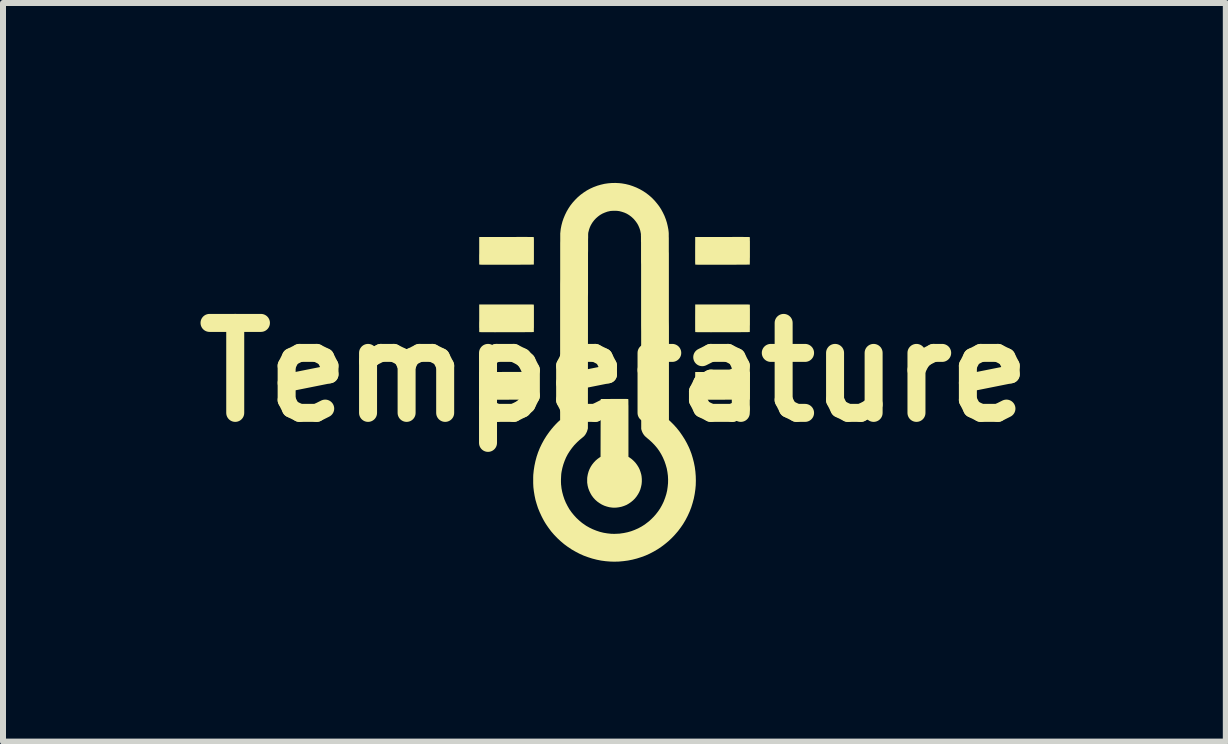
<source format=kicad_pcb>
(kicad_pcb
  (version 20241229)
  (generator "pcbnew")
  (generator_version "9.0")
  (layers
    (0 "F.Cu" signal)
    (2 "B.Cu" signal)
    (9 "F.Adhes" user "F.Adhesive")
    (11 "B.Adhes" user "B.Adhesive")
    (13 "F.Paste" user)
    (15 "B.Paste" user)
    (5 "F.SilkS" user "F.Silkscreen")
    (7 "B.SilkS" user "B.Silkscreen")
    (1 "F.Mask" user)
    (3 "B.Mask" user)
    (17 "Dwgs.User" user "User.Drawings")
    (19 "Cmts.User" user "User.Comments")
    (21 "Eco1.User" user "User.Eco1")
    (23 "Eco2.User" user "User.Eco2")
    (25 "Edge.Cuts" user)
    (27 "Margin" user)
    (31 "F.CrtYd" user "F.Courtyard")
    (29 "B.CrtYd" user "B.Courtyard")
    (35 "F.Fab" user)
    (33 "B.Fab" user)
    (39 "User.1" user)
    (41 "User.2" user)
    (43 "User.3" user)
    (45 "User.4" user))
  (footprint "Temperature"
    (layer "F.Cu")
    (at 7.193 3.155)
    (property "Reference" "Temperature" (at 0 0 0) (layer "F.SilkS") (effects (font (size 1.5 1.5) (thickness 0.3))))
    (attr board_only exclude_from_pos_files exclude_from_bom)
    (fp_poly (pts (xy 0.146 0.446) (xy 0.165 0.446) (xy 0.18 0.446) (xy 0.193 0.446) (xy 0.204 0.446) (xy 0.212 0.447) (xy 0.219 0.447) (xy 0.223 0.447) (xy 0.227 0.448) (xy 0.229 0.448) (xy 0.23 0.449) (xy 0.231 0.449) (xy 0.231 0.449) (xy 0.232 0.451) (xy 0.232 0.454) (xy 0.232 0.458) (xy 0.232 0.465) (xy 0.233 0.474) (xy 0.233 0.486) (xy 0.233 0.5) (xy 0.233 0.516) (xy 0.233 0.535) (xy 0.234 0.558) (xy 0.234 0.583) (xy 0.234 0.611) (xy 0.234 0.643) (xy 0.234 0.679) (xy 0.234 0.718) (xy 0.234 0.761) (xy 0.234 0.808) (xy 0.234 0.859) (xy 0.234 0.915) (xy 0.234 0.932) (xy 0.234 1.411) (xy 0.253 1.423) (xy 0.289 1.449) (xy 0.322 1.479) (xy 0.352 1.511) (xy 0.378 1.546) (xy 0.402 1.584) (xy 0.421 1.623) (xy 0.436 1.665) (xy 0.448 1.708) (xy 0.453 1.736) (xy 0.457 1.78) (xy 0.457 1.825) (xy 0.453 1.869) (xy 0.444 1.912) (xy 0.432 1.955) (xy 0.415 1.996) (xy 0.395 2.033) (xy 0.37 2.071) (xy 0.342 2.106) (xy 0.311 2.137) (xy 0.277 2.165) (xy 0.241 2.19) (xy 0.203 2.212) (xy 0.162 2.229) (xy 0.119 2.243) (xy 0.075 2.252) (xy 0.037 2.257) (xy 0.02 2.258) (xy 0.005 2.259) (xy -0.01 2.259) (xy -0.025 2.258) (xy -0.038 2.257) (xy -0.083 2.251) (xy -0.126 2.24) (xy -0.168 2.226) (xy -0.209 2.207) (xy -0.247 2.184) (xy -0.284 2.158) (xy -0.317 2.129) (xy -0.322 2.124) (xy -0.352 2.091) (xy -0.378 2.056) (xy -0.4 2.018) (xy -0.419 1.978) (xy -0.435 1.936) (xy -0.446 1.893) (xy -0.452 1.854) (xy -0.454 1.839) (xy -0.454 1.82) (xy -0.454 1.799) (xy -0.454 1.779) (xy -0.453 1.759) (xy -0.451 1.743) (xy -0.443 1.7) (xy -0.431 1.657) (xy -0.415 1.616) (xy -0.395 1.577) (xy -0.371 1.54) (xy -0.344 1.506) (xy -0.314 1.474) (xy -0.28 1.445) (xy -0.251 1.424) (xy -0.231 1.411) (xy -0.23 0.929) (xy -0.228 0.447) (xy 0 0.446) (xy 0.037 0.446) (xy 0.07 0.446) (xy 0.099 0.446) (xy 0.124 0.446)) (stroke (width 0) (type solid)) (fill yes) (layer "F.SilkS"))
    (fp_poly (pts (xy -1.512 -2.255) (xy -1.485 -2.255) (xy -1.461 -2.255) (xy -1.441 -2.254) (xy -1.422 -2.254) (xy -1.407 -2.254) (xy -1.393 -2.254) (xy -1.382 -2.254) (xy -1.372 -2.254) (xy -1.365 -2.254) (xy -1.358 -2.253) (xy -1.354 -2.253) (xy -1.35 -2.253) (xy -1.348 -2.252) (xy -1.346 -2.252) (xy -1.345 -2.252) (xy -1.344 -2.251) (xy -1.344 -2.251) (xy -1.344 -2.25) (xy -1.343 -2.248) (xy -1.343 -2.241) (xy -1.343 -2.23) (xy -1.342 -2.216) (xy -1.342 -2.199) (xy -1.342 -2.179) (xy -1.342 -2.157) (xy -1.342 -2.133) (xy -1.342 -2.108) (xy -1.342 -2.081) (xy -1.342 -2.054) (xy -1.342 -2.026) (xy -1.342 -1.999) (xy -1.342 -1.971) (xy -1.342 -1.944) (xy -1.342 -1.919) (xy -1.342 -1.894) (xy -1.342 -1.872) (xy -1.343 -1.851) (xy -1.343 -1.833) (xy -1.343 -1.819) (xy -1.343 -1.807) (xy -1.344 -1.799) (xy -1.344 -1.795) (xy -1.344 -1.794) (xy -1.347 -1.794) (xy -1.353 -1.794) (xy -1.364 -1.794) (xy -1.379 -1.794) (xy -1.397 -1.793) (xy -1.419 -1.793) (xy -1.444 -1.793) (xy -1.471 -1.793) (xy -1.502 -1.793) (xy -1.535 -1.793) (xy -1.571 -1.792) (xy -1.609 -1.792) (xy -1.649 -1.792) (xy -1.69 -1.792) (xy -1.733 -1.792) (xy -1.777 -1.792) (xy -1.797 -1.792) (xy -1.852 -1.792) (xy -1.902 -1.792) (xy -1.948 -1.792) (xy -1.991 -1.792) (xy -2.029 -1.792) (xy -2.064 -1.792) (xy -2.095 -1.792) (xy -2.123 -1.792) (xy -2.148 -1.792) (xy -2.169 -1.792) (xy -2.188 -1.792) (xy -2.204 -1.792) (xy -2.217 -1.792) (xy -2.228 -1.793) (xy -2.236 -1.793) (xy -2.243 -1.793) (xy -2.247 -1.793) (xy -2.25 -1.794) (xy -2.251 -1.794) (xy -2.252 -1.795) (xy -2.252 -1.796) (xy -2.253 -1.798) (xy -2.253 -1.801) (xy -2.254 -1.806) (xy -2.254 -1.812) (xy -2.254 -1.819) (xy -2.254 -1.829) (xy -2.254 -1.842) (xy -2.254 -1.857) (xy -2.255 -1.874) (xy -2.255 -1.895) (xy -2.255 -1.92) (xy -2.255 -1.948) (xy -2.254 -1.98) (xy -2.254 -2.016) (xy -2.254 -2.025) (xy -2.254 -2.254) (xy -1.8 -2.254) (xy -1.747 -2.254) (xy -1.698 -2.254) (xy -1.653 -2.254) (xy -1.612 -2.255) (xy -1.575 -2.255) (xy -1.542 -2.255)) (stroke (width 0) (type solid)) (fill yes) (layer "F.SilkS"))
    (fp_poly (pts (xy -1.512 -1.129) (xy -1.485 -1.129) (xy -1.461 -1.129) (xy -1.441 -1.129) (xy -1.422 -1.129) (xy -1.407 -1.129) (xy -1.393 -1.129) (xy -1.382 -1.129) (xy -1.372 -1.129) (xy -1.365 -1.128) (xy -1.358 -1.128) (xy -1.354 -1.128) (xy -1.35 -1.128) (xy -1.348 -1.127) (xy -1.346 -1.127) (xy -1.345 -1.126) (xy -1.344 -1.126) (xy -1.344 -1.125) (xy -1.344 -1.125) (xy -1.343 -1.122) (xy -1.343 -1.115) (xy -1.343 -1.105) (xy -1.342 -1.091) (xy -1.342 -1.074) (xy -1.342 -1.054) (xy -1.342 -1.032) (xy -1.342 -1.008) (xy -1.342 -0.983) (xy -1.342 -0.956) (xy -1.342 -0.929) (xy -1.342 -0.901) (xy -1.342 -0.873) (xy -1.342 -0.846) (xy -1.342 -0.819) (xy -1.342 -0.793) (xy -1.342 -0.769) (xy -1.342 -0.747) (xy -1.343 -0.726) (xy -1.343 -0.708) (xy -1.343 -0.693) (xy -1.343 -0.682) (xy -1.344 -0.674) (xy -1.344 -0.67) (xy -1.344 -0.669) (xy -1.347 -0.669) (xy -1.353 -0.669) (xy -1.364 -0.669) (xy -1.379 -0.668) (xy -1.397 -0.668) (xy -1.419 -0.668) (xy -1.444 -0.668) (xy -1.471 -0.668) (xy -1.502 -0.667) (xy -1.535 -0.667) (xy -1.571 -0.667) (xy -1.609 -0.667) (xy -1.649 -0.667) (xy -1.69 -0.667) (xy -1.733 -0.667) (xy -1.777 -0.667) (xy -1.797 -0.667) (xy -1.852 -0.667) (xy -1.902 -0.667) (xy -1.948 -0.667) (xy -1.991 -0.666) (xy -2.029 -0.667) (xy -2.064 -0.667) (xy -2.095 -0.667) (xy -2.123 -0.667) (xy -2.148 -0.667) (xy -2.169 -0.667) (xy -2.188 -0.667) (xy -2.204 -0.667) (xy -2.217 -0.667) (xy -2.228 -0.668) (xy -2.236 -0.668) (xy -2.243 -0.668) (xy -2.247 -0.668) (xy -2.25 -0.669) (xy -2.251 -0.669) (xy -2.252 -0.67) (xy -2.252 -0.671) (xy -2.253 -0.673) (xy -2.253 -0.676) (xy -2.254 -0.68) (xy -2.254 -0.686) (xy -2.254 -0.694) (xy -2.254 -0.704) (xy -2.254 -0.716) (xy -2.254 -0.731) (xy -2.255 -0.749) (xy -2.255 -0.77) (xy -2.255 -0.795) (xy -2.255 -0.823) (xy -2.254 -0.855) (xy -2.254 -0.891) (xy -2.254 -0.9) (xy -2.254 -1.129) (xy -1.8 -1.129) (xy -1.747 -1.129) (xy -1.698 -1.129) (xy -1.653 -1.129) (xy -1.612 -1.129) (xy -1.575 -1.129) (xy -1.542 -1.129)) (stroke (width 0) (type solid)) (fill yes) (layer "F.SilkS"))
    (fp_poly (pts (xy -1.512 -0.004) (xy -1.485 -0.004) (xy -1.461 -0.004) (xy -1.441 -0.004) (xy -1.422 -0.004) (xy -1.407 -0.004) (xy -1.393 -0.004) (xy -1.382 -0.004) (xy -1.372 -0.003) (xy -1.365 -0.003) (xy -1.358 -0.003) (xy -1.354 -0.003) (xy -1.35 -0.002) (xy -1.348 -0.002) (xy -1.346 -0.002) (xy -1.345 -0.001) (xy -1.344 -0.001) (xy -1.344 -0.000272) (xy -1.344 -0.000094) (xy -1.343 0.003) (xy -1.343 0.01) (xy -1.343 0.02) (xy -1.342 0.034) (xy -1.342 0.051) (xy -1.342 0.071) (xy -1.342 0.093) (xy -1.342 0.117) (xy -1.342 0.142) (xy -1.342 0.169) (xy -1.342 0.196) (xy -1.342 0.224) (xy -1.342 0.252) (xy -1.342 0.279) (xy -1.342 0.306) (xy -1.342 0.332) (xy -1.342 0.356) (xy -1.342 0.379) (xy -1.343 0.399) (xy -1.343 0.417) (xy -1.343 0.432) (xy -1.343 0.444) (xy -1.344 0.452) (xy -1.344 0.456) (xy -1.344 0.456) (xy -1.347 0.456) (xy -1.353 0.456) (xy -1.364 0.457) (xy -1.379 0.457) (xy -1.397 0.457) (xy -1.419 0.457) (xy -1.444 0.457) (xy -1.471 0.458) (xy -1.502 0.458) (xy -1.535 0.458) (xy -1.571 0.458) (xy -1.609 0.458) (xy -1.649 0.458) (xy -1.69 0.458) (xy -1.733 0.458) (xy -1.777 0.459) (xy -1.797 0.459) (xy -1.852 0.459) (xy -1.902 0.459) (xy -1.948 0.459) (xy -1.991 0.459) (xy -2.029 0.459) (xy -2.064 0.459) (xy -2.095 0.459) (xy -2.123 0.459) (xy -2.148 0.458) (xy -2.169 0.458) (xy -2.188 0.458) (xy -2.204 0.458) (xy -2.217 0.458) (xy -2.228 0.458) (xy -2.236 0.457) (xy -2.243 0.457) (xy -2.247 0.457) (xy -2.25 0.457) (xy -2.251 0.456) (xy -2.252 0.456) (xy -2.252 0.454) (xy -2.253 0.452) (xy -2.253 0.449) (xy -2.254 0.445) (xy -2.254 0.439) (xy -2.254 0.431) (xy -2.254 0.421) (xy -2.254 0.409) (xy -2.254 0.394) (xy -2.255 0.376) (xy -2.255 0.355) (xy -2.255 0.331) (xy -2.255 0.303) (xy -2.254 0.271) (xy -2.254 0.234) (xy -2.254 0.225) (xy -2.254 -0.003) (xy -1.8 -0.004) (xy -1.747 -0.004) (xy -1.698 -0.004) (xy -1.653 -0.004) (xy -1.612 -0.004) (xy -1.575 -0.004) (xy -1.542 -0.004)) (stroke (width 0) (type solid)) (fill yes) (layer "F.SilkS"))
    (fp_poly (pts (xy 2.089 -2.255) (xy 2.115 -2.255) (xy 2.139 -2.255) (xy 2.16 -2.254) (xy 2.178 -2.254) (xy 2.194 -2.254) (xy 2.208 -2.254) (xy 2.219 -2.254) (xy 2.228 -2.254) (xy 2.236 -2.254) (xy 2.242 -2.253) (xy 2.247 -2.253) (xy 2.251 -2.253) (xy 2.253 -2.252) (xy 2.255 -2.252) (xy 2.256 -2.252) (xy 2.257 -2.251) (xy 2.257 -2.251) (xy 2.257 -2.25) (xy 2.257 -2.248) (xy 2.258 -2.241) (xy 2.258 -2.23) (xy 2.258 -2.216) (xy 2.258 -2.199) (xy 2.259 -2.179) (xy 2.259 -2.157) (xy 2.259 -2.133) (xy 2.259 -2.108) (xy 2.259 -2.081) (xy 2.259 -2.054) (xy 2.259 -2.026) (xy 2.259 -1.999) (xy 2.259 -1.971) (xy 2.259 -1.944) (xy 2.259 -1.919) (xy 2.258 -1.894) (xy 2.258 -1.872) (xy 2.258 -1.851) (xy 2.258 -1.833) (xy 2.257 -1.819) (xy 2.257 -1.807) (xy 2.257 -1.799) (xy 2.257 -1.795) (xy 2.256 -1.794) (xy 2.254 -1.794) (xy 2.247 -1.794) (xy 2.237 -1.794) (xy 2.222 -1.794) (xy 2.204 -1.793) (xy 2.182 -1.793) (xy 2.157 -1.793) (xy 2.129 -1.793) (xy 2.098 -1.793) (xy 2.065 -1.793) (xy 2.03 -1.792) (xy 1.992 -1.792) (xy 1.952 -1.792) (xy 1.911 -1.792) (xy 1.868 -1.792) (xy 1.823 -1.792) (xy 1.804 -1.792) (xy 1.749 -1.792) (xy 1.698 -1.792) (xy 1.652 -1.792) (xy 1.61 -1.792) (xy 1.571 -1.792) (xy 1.537 -1.792) (xy 1.505 -1.792) (xy 1.477 -1.792) (xy 1.453 -1.792) (xy 1.431 -1.792) (xy 1.413 -1.792) (xy 1.397 -1.792) (xy 1.384 -1.792) (xy 1.373 -1.793) (xy 1.364 -1.793) (xy 1.358 -1.793) (xy 1.353 -1.793) (xy 1.351 -1.794) (xy 1.35 -1.794) (xy 1.349 -1.795) (xy 1.348 -1.796) (xy 1.348 -1.798) (xy 1.347 -1.801) (xy 1.347 -1.806) (xy 1.347 -1.812) (xy 1.347 -1.819) (xy 1.346 -1.829) (xy 1.346 -1.842) (xy 1.346 -1.857) (xy 1.346 -1.874) (xy 1.346 -1.895) (xy 1.346 -1.92) (xy 1.346 -1.948) (xy 1.346 -1.98) (xy 1.346 -2.016) (xy 1.346 -2.025) (xy 1.347 -2.254) (xy 1.801 -2.254) (xy 1.854 -2.254) (xy 1.903 -2.254) (xy 1.947 -2.254) (xy 1.988 -2.255) (xy 2.025 -2.255) (xy 2.059 -2.255)) (stroke (width 0) (type solid)) (fill yes) (layer "F.SilkS"))
    (fp_poly (pts (xy 2.089 -1.129) (xy 2.115 -1.129) (xy 2.139 -1.129) (xy 2.16 -1.129) (xy 2.178 -1.129) (xy 2.194 -1.129) (xy 2.208 -1.129) (xy 2.219 -1.129) (xy 2.228 -1.129) (xy 2.236 -1.128) (xy 2.242 -1.128) (xy 2.247 -1.128) (xy 2.251 -1.128) (xy 2.253 -1.127) (xy 2.255 -1.127) (xy 2.256 -1.126) (xy 2.257 -1.126) (xy 2.257 -1.125) (xy 2.257 -1.125) (xy 2.257 -1.122) (xy 2.258 -1.115) (xy 2.258 -1.105) (xy 2.258 -1.091) (xy 2.258 -1.074) (xy 2.259 -1.054) (xy 2.259 -1.032) (xy 2.259 -1.008) (xy 2.259 -0.983) (xy 2.259 -0.956) (xy 2.259 -0.929) (xy 2.259 -0.901) (xy 2.259 -0.873) (xy 2.259 -0.846) (xy 2.259 -0.819) (xy 2.259 -0.793) (xy 2.258 -0.769) (xy 2.258 -0.747) (xy 2.258 -0.726) (xy 2.258 -0.708) (xy 2.257 -0.693) (xy 2.257 -0.682) (xy 2.257 -0.674) (xy 2.257 -0.67) (xy 2.256 -0.669) (xy 2.254 -0.669) (xy 2.247 -0.669) (xy 2.237 -0.669) (xy 2.222 -0.668) (xy 2.204 -0.668) (xy 2.182 -0.668) (xy 2.157 -0.668) (xy 2.129 -0.668) (xy 2.098 -0.667) (xy 2.065 -0.667) (xy 2.03 -0.667) (xy 1.992 -0.667) (xy 1.952 -0.667) (xy 1.911 -0.667) (xy 1.868 -0.667) (xy 1.823 -0.667) (xy 1.804 -0.667) (xy 1.749 -0.667) (xy 1.698 -0.667) (xy 1.652 -0.667) (xy 1.61 -0.666) (xy 1.571 -0.667) (xy 1.537 -0.667) (xy 1.505 -0.667) (xy 1.477 -0.667) (xy 1.453 -0.667) (xy 1.431 -0.667) (xy 1.413 -0.667) (xy 1.397 -0.667) (xy 1.384 -0.667) (xy 1.373 -0.668) (xy 1.364 -0.668) (xy 1.358 -0.668) (xy 1.353 -0.668) (xy 1.351 -0.669) (xy 1.35 -0.669) (xy 1.349 -0.67) (xy 1.348 -0.671) (xy 1.348 -0.673) (xy 1.347 -0.676) (xy 1.347 -0.68) (xy 1.347 -0.686) (xy 1.347 -0.694) (xy 1.346 -0.704) (xy 1.346 -0.716) (xy 1.346 -0.731) (xy 1.346 -0.749) (xy 1.346 -0.77) (xy 1.346 -0.795) (xy 1.346 -0.823) (xy 1.346 -0.855) (xy 1.346 -0.891) (xy 1.346 -0.9) (xy 1.347 -1.129) (xy 1.801 -1.129) (xy 1.854 -1.129) (xy 1.903 -1.129) (xy 1.947 -1.129) (xy 1.988 -1.129) (xy 2.025 -1.129) (xy 2.059 -1.129)) (stroke (width 0) (type solid)) (fill yes) (layer "F.SilkS"))
    (fp_poly (pts (xy 2.089 -0.004) (xy 2.115 -0.004) (xy 2.139 -0.004) (xy 2.16 -0.004) (xy 2.178 -0.004) (xy 2.194 -0.004) (xy 2.208 -0.004) (xy 2.219 -0.004) (xy 2.228 -0.003) (xy 2.236 -0.003) (xy 2.242 -0.003) (xy 2.247 -0.003) (xy 2.251 -0.002) (xy 2.253 -0.002) (xy 2.255 -0.002) (xy 2.256 -0.001) (xy 2.257 -0.001) (xy 2.257 -0.000272) (xy 2.257 -0.000094) (xy 2.257 0.003) (xy 2.258 0.01) (xy 2.258 0.02) (xy 2.258 0.034) (xy 2.258 0.051) (xy 2.259 0.071) (xy 2.259 0.093) (xy 2.259 0.117) (xy 2.259 0.142) (xy 2.259 0.169) (xy 2.259 0.196) (xy 2.259 0.224) (xy 2.259 0.252) (xy 2.259 0.279) (xy 2.259 0.306) (xy 2.259 0.332) (xy 2.258 0.356) (xy 2.258 0.379) (xy 2.258 0.399) (xy 2.258 0.417) (xy 2.257 0.432) (xy 2.257 0.444) (xy 2.257 0.452) (xy 2.257 0.456) (xy 2.256 0.456) (xy 2.254 0.456) (xy 2.247 0.456) (xy 2.237 0.457) (xy 2.222 0.457) (xy 2.204 0.457) (xy 2.182 0.457) (xy 2.157 0.457) (xy 2.129 0.458) (xy 2.098 0.458) (xy 2.065 0.458) (xy 2.03 0.458) (xy 1.992 0.458) (xy 1.952 0.458) (xy 1.911 0.458) (xy 1.868 0.458) (xy 1.823 0.459) (xy 1.804 0.459) (xy 1.749 0.459) (xy 1.698 0.459) (xy 1.652 0.459) (xy 1.61 0.459) (xy 1.571 0.459) (xy 1.537 0.459) (xy 1.505 0.459) (xy 1.477 0.459) (xy 1.453 0.458) (xy 1.431 0.458) (xy 1.413 0.458) (xy 1.397 0.458) (xy 1.384 0.458) (xy 1.373 0.458) (xy 1.364 0.457) (xy 1.358 0.457) (xy 1.353 0.457) (xy 1.351 0.457) (xy 1.35 0.456) (xy 1.349 0.456) (xy 1.348 0.454) (xy 1.348 0.452) (xy 1.347 0.449) (xy 1.347 0.445) (xy 1.347 0.439) (xy 1.347 0.431) (xy 1.346 0.421) (xy 1.346 0.409) (xy 1.346 0.394) (xy 1.346 0.376) (xy 1.346 0.355) (xy 1.346 0.331) (xy 1.346 0.303) (xy 1.346 0.271) (xy 1.346 0.234) (xy 1.346 0.225) (xy 1.347 -0.003) (xy 1.801 -0.004) (xy 1.854 -0.004) (xy 1.903 -0.004) (xy 1.947 -0.004) (xy 1.988 -0.004) (xy 2.025 -0.004) (xy 2.059 -0.004)) (stroke (width 0) (type solid)) (fill yes) (layer "F.SilkS"))
    (fp_poly (pts (xy 0.079 -3.152) (xy 0.126 -3.147) (xy 0.189 -3.136) (xy 0.25 -3.121) (xy 0.309 -3.101) (xy 0.367 -3.078) (xy 0.423 -3.051) (xy 0.476 -3.021) (xy 0.528 -2.987) (xy 0.577 -2.949) (xy 0.623 -2.909) (xy 0.666 -2.865) (xy 0.706 -2.818) (xy 0.744 -2.769) (xy 0.778 -2.717) (xy 0.808 -2.662) (xy 0.835 -2.606) (xy 0.858 -2.546) (xy 0.859 -2.543) (xy 0.875 -2.492) (xy 0.888 -2.438) (xy 0.899 -2.381) (xy 0.904 -2.342) (xy 0.904 -2.34) (xy 0.904 -2.338) (xy 0.905 -2.335) (xy 0.905 -2.331) (xy 0.905 -2.327) (xy 0.905 -2.321) (xy 0.906 -2.315) (xy 0.906 -2.308) (xy 0.906 -2.3) (xy 0.906 -2.291) (xy 0.906 -2.28) (xy 0.906 -2.268) (xy 0.906 -2.254) (xy 0.907 -2.239) (xy 0.907 -2.222) (xy 0.907 -2.203) (xy 0.907 -2.183) (xy 0.907 -2.16) (xy 0.907 -2.135) (xy 0.907 -2.109) (xy 0.907 -2.079) (xy 0.907 -2.048) (xy 0.907 -2.014) (xy 0.908 -1.977) (xy 0.908 -1.937) (xy 0.908 -1.895) (xy 0.908 -1.85) (xy 0.908 -1.802) (xy 0.908 -1.751) (xy 0.908 -1.696) (xy 0.908 -1.639) (xy 0.908 -1.577) (xy 0.908 -1.513) (xy 0.908 -1.445) (xy 0.908 -1.373) (xy 0.908 -1.297) (xy 0.908 -1.217) (xy 0.908 -1.134) (xy 0.908 -1.046) (xy 0.908 -0.954) (xy 0.908 -0.858) (xy 0.909 -0.757) (xy 0.909 0.798) (xy 0.939 0.826) (xy 0.991 0.878) (xy 1.041 0.934) (xy 1.088 0.993) (xy 1.131 1.055) (xy 1.172 1.119) (xy 1.208 1.184) (xy 1.241 1.251) (xy 1.257 1.288) (xy 1.284 1.359) (xy 1.306 1.431) (xy 1.325 1.505) (xy 1.34 1.58) (xy 1.35 1.656) (xy 1.356 1.732) (xy 1.358 1.808) (xy 1.356 1.884) (xy 1.35 1.95) (xy 1.339 2.028) (xy 1.324 2.105) (xy 1.304 2.18) (xy 1.281 2.254) (xy 1.253 2.326) (xy 1.221 2.396) (xy 1.185 2.465) (xy 1.145 2.532) (xy 1.108 2.586) (xy 1.061 2.649) (xy 1.01 2.708) (xy 0.957 2.764) (xy 0.902 2.816) (xy 0.843 2.865) (xy 0.782 2.911) (xy 0.719 2.953) (xy 0.654 2.991) (xy 0.587 3.026) (xy 0.518 3.057) (xy 0.447 3.083) (xy 0.375 3.106) (xy 0.301 3.125) (xy 0.226 3.14) (xy 0.15 3.15) (xy 0.073 3.157) (xy -0.004 3.159) (xy -0.068 3.157) (xy -0.144 3.151) (xy -0.22 3.141) (xy -0.295 3.126) (xy -0.369 3.107) (xy -0.441 3.084) (xy -0.512 3.058) (xy -0.581 3.027) (xy -0.648 2.992) (xy -0.714 2.954) (xy -0.777 2.912) (xy -0.838 2.867) (xy -0.896 2.818) (xy -0.952 2.766) (xy -1.005 2.711) (xy -1.055 2.653) (xy -1.101 2.591) (xy -1.13 2.549) (xy -1.147 2.523) (xy -1.163 2.497) (xy -1.178 2.471) (xy -1.193 2.443) (xy -1.209 2.412) (xy -1.216 2.398) (xy -1.247 2.331) (xy -1.274 2.265) (xy -1.296 2.197) (xy -1.316 2.128) (xy -1.331 2.057) (xy -1.343 1.984) (xy -1.349 1.933) (xy -1.351 1.916) (xy -1.352 1.896) (xy -1.353 1.873) (xy -1.354 1.848) (xy -1.354 1.823) (xy -1.354 1.811) (xy -0.891 1.811) (xy -0.891 1.832) (xy -0.89 1.851) (xy -0.89 1.867) (xy -0.889 1.873) (xy -0.882 1.936) (xy -0.87 1.998) (xy -0.854 2.058) (xy -0.834 2.118) (xy -0.81 2.175) (xy -0.782 2.23) (xy -0.751 2.284) (xy -0.715 2.335) (xy -0.676 2.383) (xy -0.634 2.429) (xy -0.588 2.472) (xy -0.539 2.513) (xy -0.522 2.525) (xy -0.47 2.561) (xy -0.415 2.592) (xy -0.359 2.619) (xy -0.301 2.642) (xy -0.241 2.662) (xy -0.18 2.677) (xy -0.118 2.687) (xy -0.054 2.694) (xy -0.037 2.694) (xy -0.016 2.695) (xy 0.006 2.695) (xy 0.03 2.694) (xy 0.053 2.693) (xy 0.074 2.692) (xy 0.093 2.691) (xy 0.095 2.69) (xy 0.158 2.681) (xy 0.22 2.668) (xy 0.28 2.651) (xy 0.338 2.629) (xy 0.395 2.604) (xy 0.451 2.574) (xy 0.505 2.54) (xy 0.556 2.501) (xy 0.573 2.488) (xy 0.587 2.476) (xy 0.603 2.461) (xy 0.62 2.445) (xy 0.638 2.427) (xy 0.655 2.41) (xy 0.67 2.393) (xy 0.683 2.378) (xy 0.688 2.373) (xy 0.726 2.324) (xy 0.761 2.273) (xy 0.791 2.22) (xy 0.818 2.165) (xy 0.824 2.151) (xy 0.846 2.093) (xy 0.865 2.033) (xy 0.879 1.973) (xy 0.888 1.911) (xy 0.894 1.85) (xy 0.895 1.788) (xy 0.892 1.727) (xy 0.884 1.665) (xy 0.873 1.605) (xy 0.856 1.545) (xy 0.836 1.486) (xy 0.833 1.479) (xy 0.808 1.421) (xy 0.78 1.367) (xy 0.748 1.314) (xy 0.712 1.264) (xy 0.672 1.217) (xy 0.628 1.171) (xy 0.58 1.127) (xy 0.552 1.104) (xy 0.541 1.094) (xy 0.529 1.084) (xy 0.519 1.075) (xy 0.51 1.067) (xy 0.506 1.063) (xy 0.487 1.039) (xy 0.471 1.013) (xy 0.458 0.983) (xy 0.452 0.964) (xy 0.447 0.946) (xy 0.446 -0.673) (xy 0.445 -0.775) (xy 0.445 -0.873) (xy 0.445 -0.967) (xy 0.445 -1.057) (xy 0.445 -1.142) (xy 0.445 -1.224) (xy 0.445 -1.301) (xy 0.445 -1.375) (xy 0.445 -1.445) (xy 0.445 -1.511) (xy 0.445 -1.574) (xy 0.445 -1.634) (xy 0.445 -1.69) (xy 0.445 -1.743) (xy 0.445 -1.792) (xy 0.444 -1.839) (xy 0.444 -1.883) (xy 0.444 -1.924) (xy 0.444 -1.962) (xy 0.444 -1.998) (xy 0.444 -2.031) (xy 0.444 -2.061) (xy 0.444 -2.09) (xy 0.444 -2.116) (xy 0.444 -2.139) (xy 0.444 -2.161) (xy 0.443 -2.181) (xy 0.443 -2.199) (xy 0.443 -2.215) (xy 0.443 -2.23) (xy 0.443 -2.243) (xy 0.443 -2.255) (xy 0.443 -2.265) (xy 0.442 -2.274) (xy 0.442 -2.281) (xy 0.442 -2.288) (xy 0.442 -2.294) (xy 0.442 -2.299) (xy 0.442 -2.303) (xy 0.441 -2.306) (xy 0.441 -2.309) (xy 0.441 -2.311) (xy 0.441 -2.313) (xy 0.44 -2.315) (xy 0.44 -2.315) (xy 0.431 -2.361) (xy 0.417 -2.403) (xy 0.4 -2.443) (xy 0.379 -2.481) (xy 0.354 -2.516) (xy 0.326 -2.55) (xy 0.314 -2.562) (xy 0.28 -2.593) (xy 0.245 -2.619) (xy 0.207 -2.642) (xy 0.167 -2.66) (xy 0.125 -2.674) (xy 0.082 -2.685) (xy 0.051 -2.689) (xy 0.038 -2.69) (xy 0.022 -2.691) (xy 0.005 -2.691) (xy -0.014 -2.691) (xy -0.033 -2.69) (xy -0.05 -2.689) (xy -0.064 -2.688) (xy -0.074 -2.686) (xy -0.118 -2.676) (xy -0.16 -2.661) (xy -0.201 -2.643) (xy -0.239 -2.621) (xy -0.274 -2.595) (xy -0.307 -2.566) (xy -0.337 -2.534) (xy -0.364 -2.499) (xy -0.381 -2.472) (xy -0.396 -2.445) (xy -0.409 -2.416) (xy -0.42 -2.386) (xy -0.429 -2.353) (xy -0.436 -2.325) (xy -0.436 -2.323) (xy -0.437 -2.321) (xy -0.437 -2.319) (xy -0.437 -2.316) (xy -0.437 -2.312) (xy -0.437 -2.307) (xy -0.438 -2.3) (xy -0.438 -2.293) (xy -0.438 -2.285) (xy -0.438 -2.275) (xy -0.438 -2.264) (xy -0.438 -2.251) (xy -0.438 -2.237) (xy -0.439 -2.221) (xy -0.439 -2.203) (xy -0.439 -2.184) (xy -0.439 -2.162) (xy -0.439 -2.138) (xy -0.439 -2.113) (xy -0.439 -2.084) (xy -0.439 -2.054) (xy -0.439 -2.021) (xy -0.44 -1.985) (xy -0.44 -1.947) (xy -0.44 -1.906) (xy -0.44 -1.862) (xy -0.44 -1.815) (xy -0.44 -1.765) (xy -0.44 -1.712) (xy -0.44 -1.656) (xy -0.44 -1.596) (xy -0.44 -1.533) (xy -0.44 -1.467) (xy -0.44 -1.397) (xy -0.44 -1.323) (xy -0.441 -1.245) (xy -0.441 -1.163) (xy -0.441 -1.078) (xy -0.441 -0.988) (xy -0.441 -0.894) (xy -0.441 -0.796) (xy -0.441 -0.693) (xy -0.441 -0.685) (xy -0.442 0.937) (xy -0.447 0.956) (xy -0.457 0.988) (xy -0.471 1.017) (xy -0.487 1.044) (xy -0.507 1.068) (xy -0.528 1.086) (xy -0.546 1.101) (xy -0.562 1.114) (xy -0.575 1.125) (xy -0.587 1.135) (xy -0.597 1.145) (xy -0.608 1.155) (xy -0.619 1.165) (xy -0.622 1.168) (xy -0.667 1.214) (xy -0.707 1.263) (xy -0.744 1.314) (xy -0.777 1.366) (xy -0.806 1.421) (xy -0.83 1.478) (xy -0.851 1.537) (xy -0.868 1.598) (xy -0.881 1.661) (xy -0.886 1.695) (xy -0.887 1.709) (xy -0.888 1.726) (xy -0.889 1.745) (xy -0.89 1.767) (xy -0.891 1.789) (xy -0.891 1.811) (xy -1.354 1.811) (xy -1.354 1.797) (xy -1.354 1.772) (xy -1.354 1.749) (xy -1.353 1.728) (xy -1.353 1.715) (xy -1.345 1.637) (xy -1.333 1.56) (xy -1.317 1.484) (xy -1.297 1.409) (xy -1.273 1.337) (xy -1.244 1.265) (xy -1.211 1.196) (xy -1.174 1.128) (xy -1.135 1.065) (xy -1.107 1.025) (xy -1.078 0.985) (xy -1.047 0.946) (xy -1.015 0.908) (xy -0.983 0.873) (xy -0.952 0.841) (xy -0.931 0.821) (xy -0.905 0.798) (xy -0.905 -0.749) (xy -0.905 -0.865) (xy -0.905 -0.976) (xy -0.905 -1.083) (xy -0.905 -1.185) (xy -0.905 -1.282) (xy -0.905 -1.376) (xy -0.905 -1.464) (xy -0.904 -1.549) (xy -0.904 -1.629) (xy -0.904 -1.704) (xy -0.904 -1.775) (xy -0.904 -1.842) (xy -0.904 -1.904) (xy -0.904 -1.962) (xy -0.904 -2.016) (xy -0.904 -2.065) (xy -0.904 -2.11) (xy -0.904 -2.151) (xy -0.903 -2.187) (xy -0.903 -2.219) (xy -0.903 -2.247) (xy -0.903 -2.271) (xy -0.903 -2.29) (xy -0.903 -2.305) (xy -0.903 -2.315) (xy -0.902 -2.322) (xy -0.902 -2.324) (xy -0.895 -2.387) (xy -0.883 -2.448) (xy -0.867 -2.509) (xy -0.847 -2.567) (xy -0.823 -2.624) (xy -0.796 -2.679) (xy -0.765 -2.732) (xy -0.731 -2.783) (xy -0.693 -2.831) (xy -0.652 -2.876) (xy -0.609 -2.919) (xy -0.562 -2.959) (xy -0.513 -2.995) (xy -0.461 -3.029) (xy -0.406 -3.059) (xy -0.349 -3.085) (xy -0.29 -3.107) (xy -0.285 -3.109) (xy -0.226 -3.126) (xy -0.166 -3.14) (xy -0.105 -3.149) (xy -0.043 -3.154) (xy 0.018 -3.155)) (stroke (width 0) (type solid)) (fill yes) (layer "F.SilkS")))
  (gr_rect
    (start -3 -3)
    (end 17.386 9.314)
    (stroke (width 0.1) (type default))
    (fill no)
    (layer "Edge.Cuts")))
</source>
